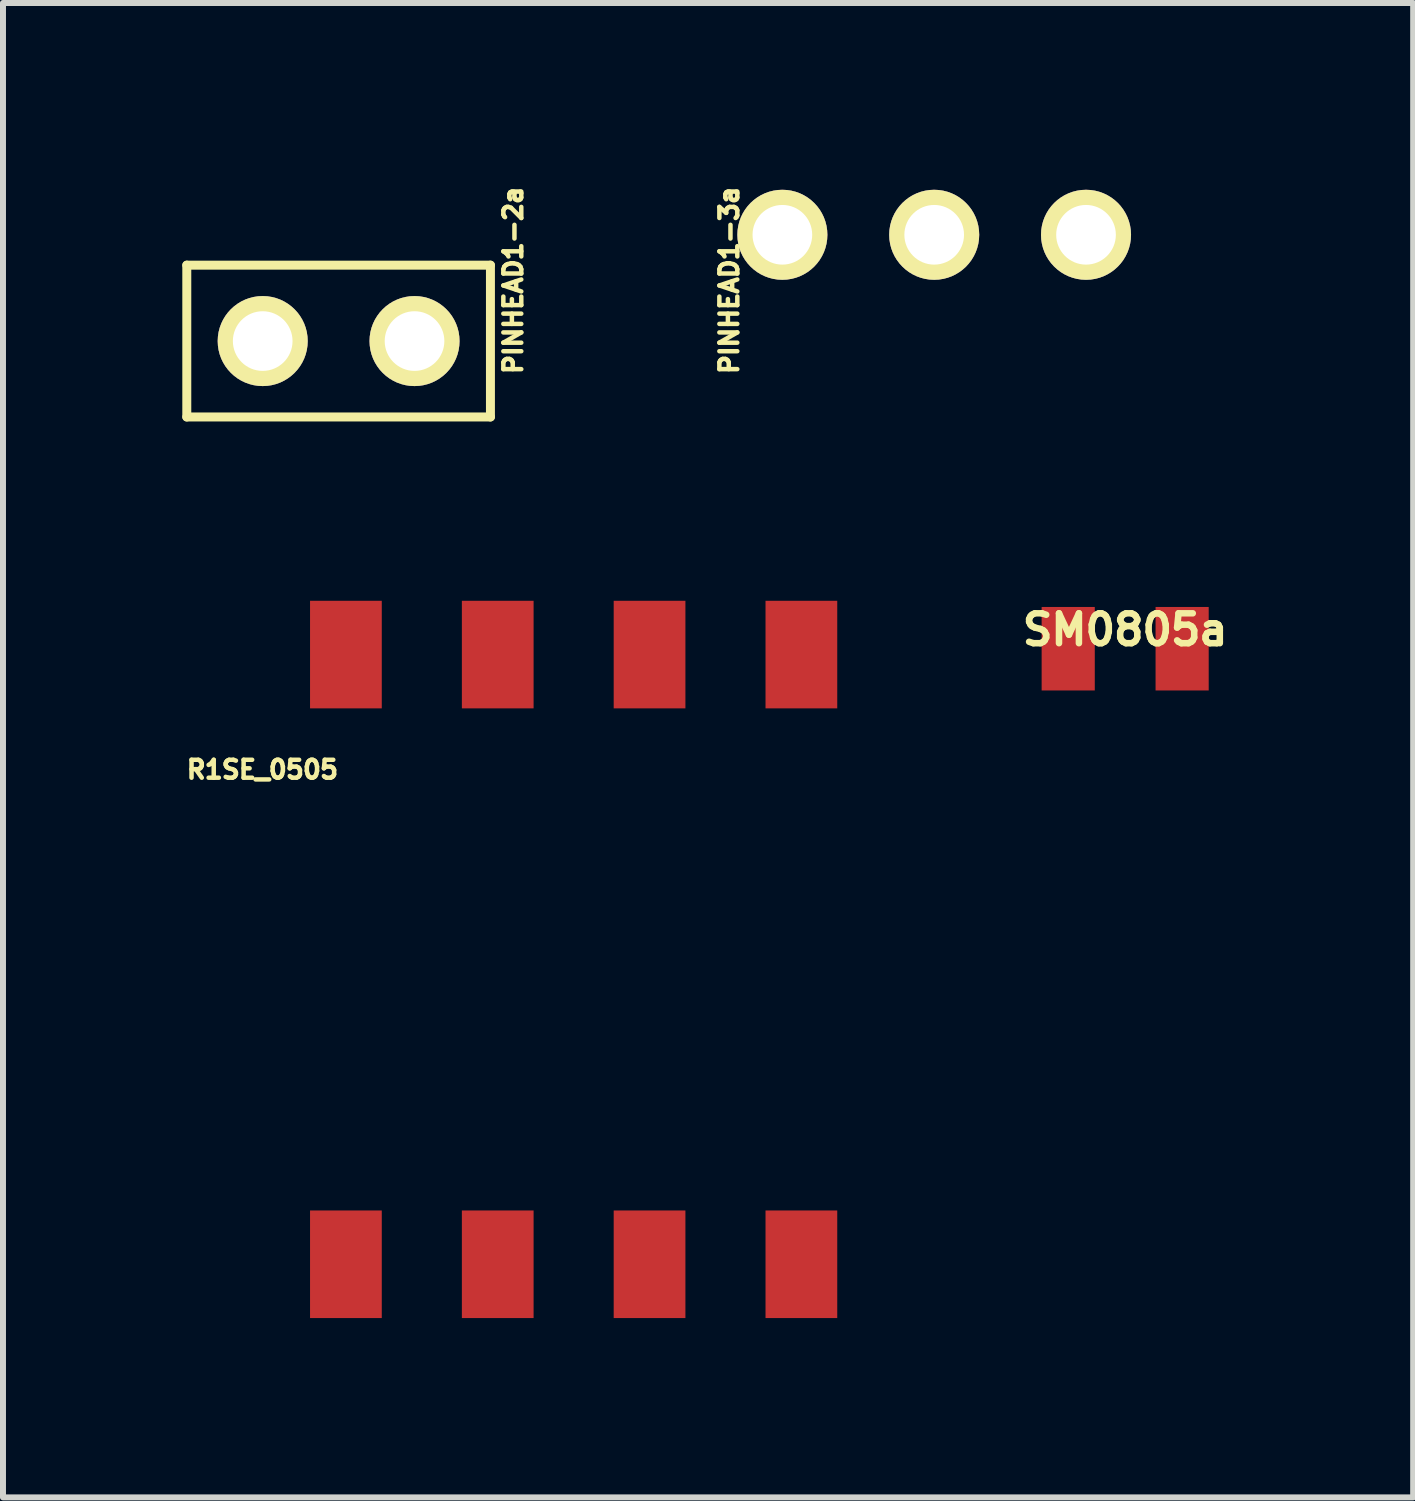
<source format=kicad_pcb>
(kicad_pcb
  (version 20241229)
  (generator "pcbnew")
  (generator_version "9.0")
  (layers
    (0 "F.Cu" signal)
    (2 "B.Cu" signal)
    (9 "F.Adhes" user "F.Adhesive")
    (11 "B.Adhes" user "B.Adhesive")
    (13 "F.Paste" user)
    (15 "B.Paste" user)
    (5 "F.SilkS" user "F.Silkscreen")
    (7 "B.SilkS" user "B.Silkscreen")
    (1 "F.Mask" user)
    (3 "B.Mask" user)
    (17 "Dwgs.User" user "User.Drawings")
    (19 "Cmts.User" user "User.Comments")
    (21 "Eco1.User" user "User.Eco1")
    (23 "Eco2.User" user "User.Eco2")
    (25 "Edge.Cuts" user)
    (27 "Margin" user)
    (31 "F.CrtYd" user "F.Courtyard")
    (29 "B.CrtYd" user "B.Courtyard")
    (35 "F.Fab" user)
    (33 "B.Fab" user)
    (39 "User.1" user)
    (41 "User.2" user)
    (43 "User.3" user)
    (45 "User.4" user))
  (footprint "SM0805a"
    (layer "F.Cu")
    (at 15.774 7.803)
    (property "Reference" "SM0805a" (at 0 -0.318 0) (layer "F.SilkS") (effects (font (size 0.5 0.5) (thickness 0.109))))
    (attr smd)
    (pad "1" smd rect (at -0.953 0) (size 0.889 1.397) (layers "F.Cu" "F.Mask" "F.Paste"))
    (pad "2" smd rect (at 0.953 0) (size 0.889 1.397) (layers "F.Cu" "F.Mask" "F.Paste")))
  (footprint "PINHEAD1-2a"
    (layer "F.Cu")
    (at 2.615 2.656)
    (property "Reference" "PINHEAD1-2a" (at 2.921 -1.016 90) (layer "F.SilkS") (effects (font (size 0.3 0.3) (thickness 0.075))))
    (attr exclude_from_pos_files exclude_from_bom)
    (fp_line (start -2.54 -1.27) (end 2.54 -1.27) (stroke (width 0.15) (type solid)) (layer "F.SilkS"))
    (fp_line (start -2.54 1.27) (end -2.54 -1.27) (stroke (width 0.15) (type solid)) (layer "F.SilkS"))
    (fp_line (start 2.54 -1.27) (end 2.54 1.27) (stroke (width 0.15) (type solid)) (layer "F.SilkS"))
    (fp_line (start 2.54 1.27) (end -2.54 1.27) (stroke (width 0.15) (type solid)) (layer "F.SilkS"))
    (pad "1" thru_hole circle (at -1.27 0) (size 1.506 1.506) (drill 0.998) (layers "*.Cu" "*.Mask" "F.SilkS"))
    (pad "2" thru_hole circle (at 1.27 0) (size 1.506 1.506) (drill 0.998) (layers "*.Cu" "*.Mask" "F.SilkS")))
  (footprint "PINHEAD1-3a"
    (layer "F.Cu")
    (at 12.579 0.878)
    (property "Reference" "PINHEAD1-3a" (at -3.429 0.762 90) (layer "F.SilkS") (effects (font (size 0.3 0.3) (thickness 0.075))))
    (attr exclude_from_pos_files exclude_from_bom)
    (pad "1" thru_hole circle (at -2.54 0) (size 1.506 1.506) (drill 0.998) (layers "*.Cu" "*.Mask" "F.SilkS"))
    (pad "2" thru_hole circle (at 0 0) (size 1.506 1.506) (drill 0.998) (layers "*.Cu" "*.Mask" "F.SilkS"))
    (pad "3" thru_hole circle (at 2.54 0) (size 1.506 1.506) (drill 0.998) (layers "*.Cu" "*.Mask" "F.SilkS")))
  (footprint "R1SE_0505"
    (layer "F.Cu")
    (at 6.547 13.001)
    (property "Reference" "R1SE_0505" (at -5.207 -3.175 0) (layer "F.SilkS") (effects (font (size 0.3 0.3) (thickness 0.075))))
    (attr smd)
    (pad "1" smd rect (at -3.81 5.1) (size 1.2 1.8) (layers "F.Cu" "F.Mask" "F.Paste"))
    (pad "2" smd rect (at -1.27 5.1) (size 1.2 1.8) (layers "F.Cu" "F.Mask" "F.Paste"))
    (pad "3" smd rect (at 1.27 5.1) (size 1.2 1.8) (layers "F.Cu" "F.Mask" "F.Paste"))
    (pad "4" smd rect (at 3.81 5.1) (size 1.2 1.8) (layers "F.Cu" "F.Mask" "F.Paste"))
    (pad "5" smd rect (at 3.81 -5.1) (size 1.2 1.8) (layers "F.Cu" "F.Mask" "F.Paste"))
    (pad "6" smd rect (at 1.27 -5.1) (size 1.2 1.8) (layers "F.Cu" "F.Mask" "F.Paste"))
    (pad "7" smd rect (at -1.27 -5.1) (size 1.2 1.8) (layers "F.Cu" "F.Mask" "F.Paste"))
    (pad "8" smd rect (at -3.81 -5.1) (size 1.2 1.8) (layers "F.Cu" "F.Mask" "F.Paste")))
  (gr_rect
    (start -3 -3)
    (end 20.592 22.001)
    (stroke (width 0.1) (type default))
    (fill no)
    (layer "Edge.Cuts")))
</source>
